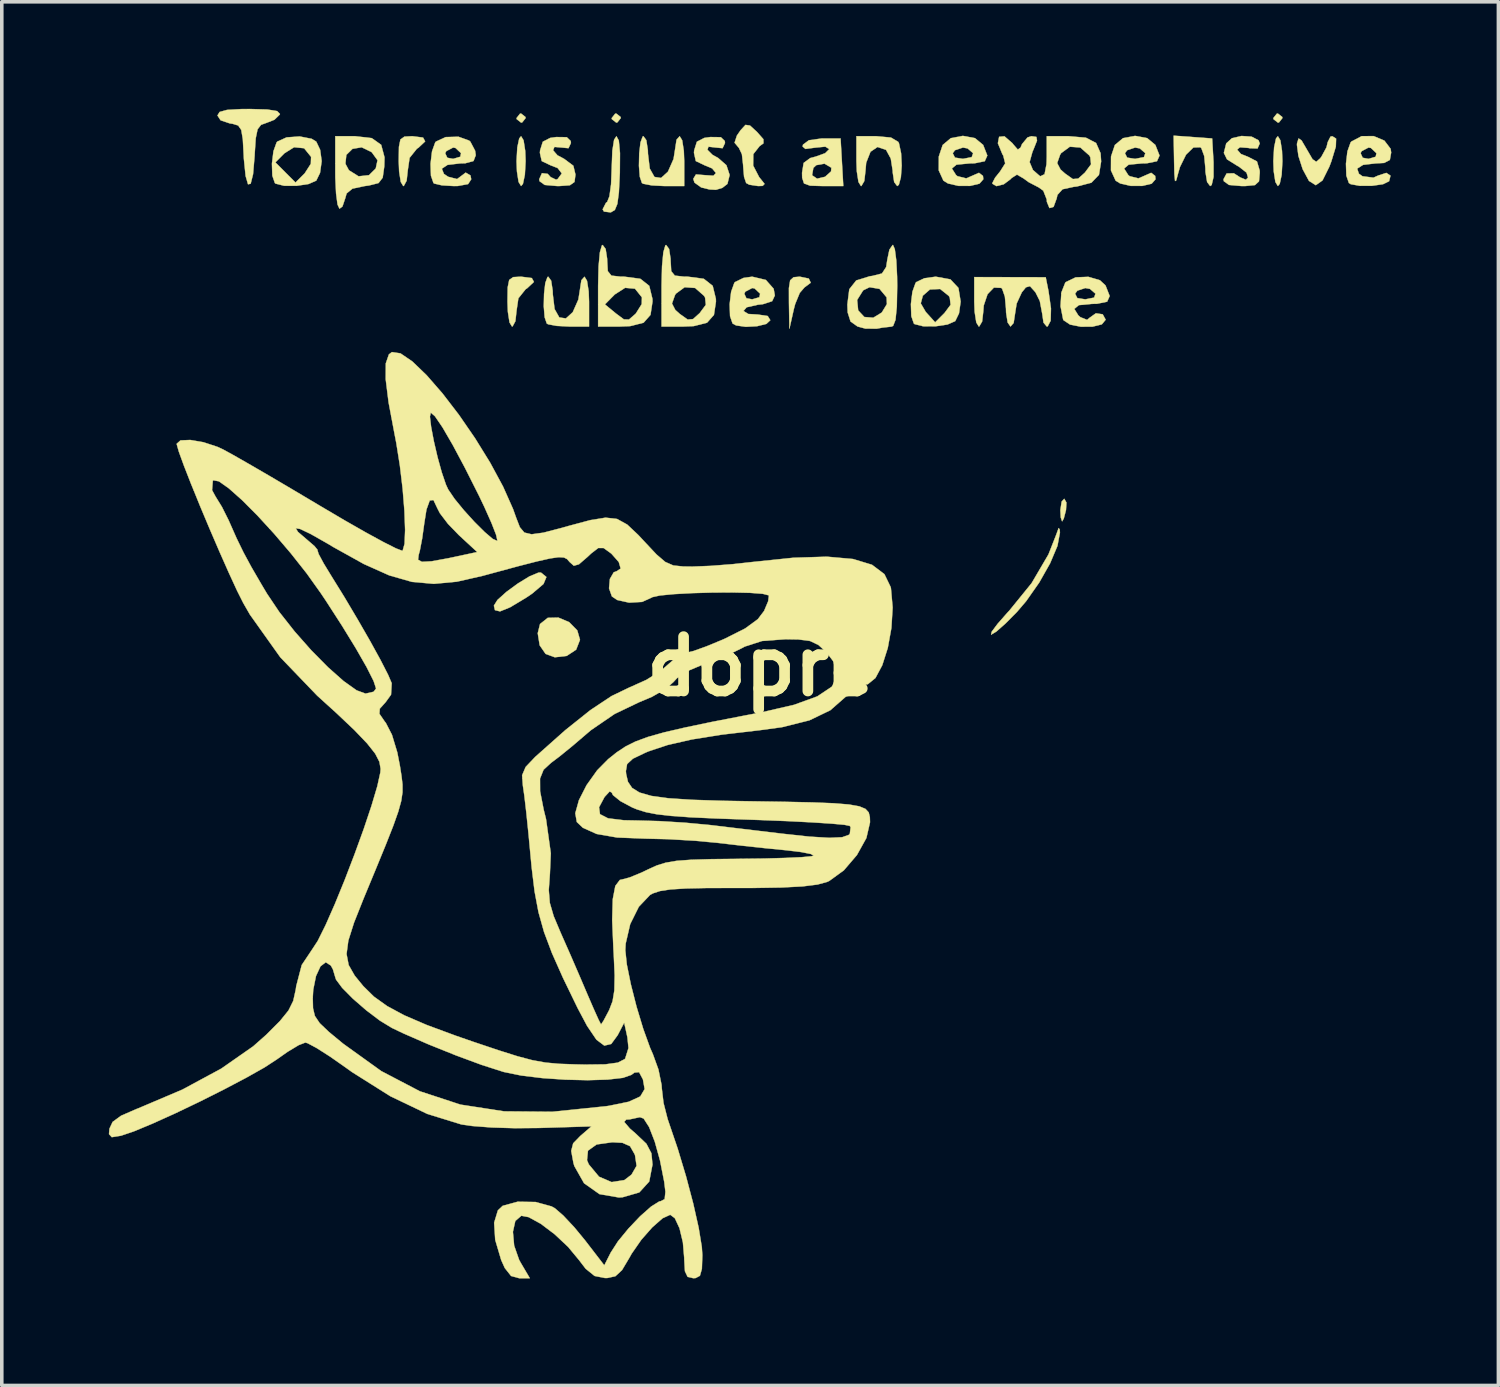
<source format=kicad_pcb>
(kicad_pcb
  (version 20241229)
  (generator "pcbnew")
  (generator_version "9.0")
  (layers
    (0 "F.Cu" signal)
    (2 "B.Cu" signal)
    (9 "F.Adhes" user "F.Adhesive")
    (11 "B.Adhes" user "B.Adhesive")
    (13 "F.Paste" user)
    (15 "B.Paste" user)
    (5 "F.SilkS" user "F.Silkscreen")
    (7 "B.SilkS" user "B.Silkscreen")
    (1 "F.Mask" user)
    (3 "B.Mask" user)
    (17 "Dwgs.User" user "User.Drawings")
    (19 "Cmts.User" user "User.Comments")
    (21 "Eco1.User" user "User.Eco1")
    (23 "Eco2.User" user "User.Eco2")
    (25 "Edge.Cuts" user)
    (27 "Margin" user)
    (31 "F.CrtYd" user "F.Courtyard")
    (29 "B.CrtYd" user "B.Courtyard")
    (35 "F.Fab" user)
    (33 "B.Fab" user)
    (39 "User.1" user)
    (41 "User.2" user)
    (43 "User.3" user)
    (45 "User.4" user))
  (footprint "dopre"
    (layer "F.Cu")
    (at 18.284 15.626)
    (property "Reference" "dopre" (at 0 0 0) (layer "F.SilkS") (effects (font (size 1.524 1.524) (thickness 0.3))))
    (attr through_hole)
    (fp_poly (pts (xy -6.608 -15.397) (xy -6.604 -15.367) (xy -6.701 -15.244) (xy -6.731 -15.24) (xy -6.854 -15.337) (xy -6.858 -15.367) (xy -6.761 -15.49) (xy -6.731 -15.494) (xy -6.608 -15.397)) (stroke (width 0.01) (type solid)) (fill yes) (layer "F.SilkS"))
    (fp_poly (pts (xy -3.941 -15.397) (xy -3.937 -15.367) (xy -4.034 -15.244) (xy -4.064 -15.24) (xy -4.187 -15.337) (xy -4.191 -15.367) (xy -4.094 -15.49) (xy -4.064 -15.494) (xy -3.941 -15.397)) (stroke (width 0.01) (type solid)) (fill yes) (layer "F.SilkS"))
    (fp_poly (pts (xy 8.552 -4.593) (xy 8.54 -4.381) (xy 8.478 -4.144) (xy 8.431 -4.064) (xy 8.394 -4.173) (xy 8.382 -4.381) (xy 8.419 -4.62) (xy 8.491 -4.699) (xy 8.552 -4.593)) (stroke (width 0.01) (type solid)) (fill yes) (layer "F.SilkS"))
    (fp_poly (pts (xy 14.601 -15.397) (xy 14.605 -15.367) (xy 14.508 -15.244) (xy 14.478 -15.24) (xy 14.355 -15.337) (xy 14.351 -15.367) (xy 14.448 -15.49) (xy 14.478 -15.494) (xy 14.601 -15.397)) (stroke (width 0.01) (type solid)) (fill yes) (layer "F.SilkS"))
    (fp_poly (pts (xy -6.661 -14.744) (xy -6.615 -14.448) (xy -6.604 -14.161) (xy -6.625 -13.778) (xy -6.679 -13.524) (xy -6.731 -13.462) (xy -6.801 -13.577) (xy -6.847 -13.873) (xy -6.858 -14.161) (xy -6.837 -14.543) (xy -6.783 -14.797) (xy -6.731 -14.859) (xy -6.661 -14.744)) (stroke (width 0.01) (type solid)) (fill yes) (layer "F.SilkS"))
    (fp_poly (pts (xy -5.384 -1.241) (xy -5.156 -1.009) (xy -5.08 -0.746) (xy -5.188 -0.469) (xy -5.453 -0.294) (xy -5.785 -0.256) (xy -6.044 -0.351) (xy -6.21 -0.592) (xy -6.264 -0.93) (xy -6.2 -1.188) (xy -5.984 -1.361) (xy -5.686 -1.368) (xy -5.384 -1.241)) (stroke (width 0.01) (type solid)) (fill yes) (layer "F.SilkS"))
    (fp_poly (pts (xy 14.548 -14.744) (xy 14.594 -14.448) (xy 14.605 -14.161) (xy 14.584 -13.778) (xy 14.53 -13.524) (xy 14.478 -13.462) (xy 14.408 -13.577) (xy 14.362 -13.873) (xy 14.351 -14.161) (xy 14.372 -14.543) (xy 14.426 -14.797) (xy 14.478 -14.859) (xy 14.548 -14.744)) (stroke (width 0.01) (type solid)) (fill yes) (layer "F.SilkS"))
    (fp_poly (pts (xy 1.332 -10.87) (xy 1.387 -10.753) (xy 1.219 -10.627) (xy 1.215 -10.626) (xy 1.079 -10.468) (xy 0.95 -10.154) (xy 0.912 -10.009) (xy 0.789 -9.461) (xy 0.776 -10.192) (xy 0.775 -10.603) (xy 0.81 -10.821) (xy 0.906 -10.907) (xy 1.079 -10.922) (xy 1.332 -10.87)) (stroke (width 0.01) (type solid)) (fill yes) (layer "F.SilkS"))
    (fp_poly (pts (xy -6.021 -2.506) (xy -6.102 -2.311) (xy -6.42 -2.041) (xy -6.587 -1.928) (xy -7.038 -1.657) (xy -7.321 -1.542) (xy -7.463 -1.577) (xy -7.493 -1.703) (xy -7.393 -1.863) (xy -7.143 -2.088) (xy -6.818 -2.326) (xy -6.494 -2.524) (xy -6.245 -2.628) (xy -6.174 -2.63) (xy -6.021 -2.506)) (stroke (width 0.01) (type solid)) (fill yes) (layer "F.SilkS"))
    (fp_poly (pts (xy -9.478 -14.821) (xy -9.419 -14.713) (xy -9.606 -14.537) (xy -9.652 -14.507) (xy -9.855 -14.253) (xy -9.906 -13.905) (xy -9.938 -13.612) (xy -10.017 -13.466) (xy -10.033 -13.462) (xy -10.103 -13.577) (xy -10.149 -13.873) (xy -10.16 -14.161) (xy -10.154 -14.56) (xy -10.112 -14.768) (xy -10 -14.847) (xy -9.785 -14.859) (xy -9.779 -14.859) (xy -9.478 -14.821)) (stroke (width 0.01) (type solid)) (fill yes) (layer "F.SilkS"))
    (fp_poly (pts (xy -6.43 -10.884) (xy -6.371 -10.776) (xy -6.558 -10.6) (xy -6.604 -10.57) (xy -6.807 -10.316) (xy -6.858 -9.968) (xy -6.89 -9.675) (xy -6.969 -9.529) (xy -6.985 -9.525) (xy -7.055 -9.64) (xy -7.101 -9.936) (xy -7.112 -10.223) (xy -7.106 -10.623) (xy -7.064 -10.831) (xy -6.952 -10.91) (xy -6.737 -10.922) (xy -6.731 -10.922) (xy -6.43 -10.884)) (stroke (width 0.01) (type solid)) (fill yes) (layer "F.SilkS"))
    (fp_poly (pts (xy 8.364 -3.838) (xy 8.37 -3.747) (xy 8.301 -3.378) (xy 8.095 -2.89) (xy 7.79 -2.351) (xy 7.423 -1.828) (xy 7.165 -1.526) (xy 6.848 -1.206) (xy 6.589 -0.977) (xy 6.442 -0.889) (xy 6.441 -0.889) (xy 6.458 -0.972) (xy 6.621 -1.191) (xy 6.895 -1.503) (xy 6.953 -1.565) (xy 7.576 -2.332) (xy 8.049 -3.139) (xy 8.263 -3.683) (xy 8.334 -3.878) (xy 8.364 -3.838)) (stroke (width 0.01) (type solid)) (fill yes) (layer "F.SilkS"))
    (fp_poly (pts (xy -3.992 -14.737) (xy -3.959 -14.385) (xy -3.963 -13.825) (xy -3.964 -13.813) (xy -3.99 -13.285) (xy -4.033 -12.961) (xy -4.103 -12.792) (xy -4.213 -12.726) (xy -4.223 -12.724) (xy -4.409 -12.747) (xy -4.445 -12.81) (xy -4.352 -12.992) (xy -4.318 -13.018) (xy -4.255 -13.175) (xy -4.209 -13.514) (xy -4.191 -13.962) (xy -4.191 -13.977) (xy -4.173 -14.453) (xy -4.124 -14.761) (xy -4.059 -14.859) (xy -3.992 -14.737)) (stroke (width 0.01) (type solid)) (fill yes) (layer "F.SilkS"))
    (fp_poly (pts (xy 12.097 -14.835) (xy 12.636 -14.796) (xy 12.675 -14.129) (xy 12.675 -13.718) (xy 12.623 -13.492) (xy 12.58 -13.462) (xy 12.495 -13.575) (xy 12.449 -13.855) (xy 12.446 -13.963) (xy 12.414 -14.303) (xy 12.333 -14.524) (xy 12.307 -14.549) (xy 12.11 -14.543) (xy 11.904 -14.341) (xy 11.733 -13.994) (xy 11.684 -13.825) (xy 11.628 -13.618) (xy 11.596 -13.602) (xy 11.578 -13.801) (xy 11.57 -14.136) (xy 11.557 -14.874) (xy 12.097 -14.835)) (stroke (width 0.01) (type solid)) (fill yes) (layer "F.SilkS"))
    (fp_poly (pts (xy 16.11 -14.791) (xy 16.102 -14.566) (xy 15.977 -14.155) (xy 15.921 -14.006) (xy 15.729 -13.62) (xy 15.54 -13.486) (xy 15.35 -13.606) (xy 15.173 -13.934) (xy 15.054 -14.304) (xy 15.012 -14.617) (xy 15.016 -14.665) (xy 15.059 -14.797) (xy 15.142 -14.74) (xy 15.291 -14.486) (xy 15.449 -14.214) (xy 15.553 -14.141) (xy 15.664 -14.239) (xy 15.7 -14.288) (xy 15.84 -14.546) (xy 15.875 -14.693) (xy 15.952 -14.846) (xy 16.002 -14.859) (xy 16.11 -14.791)) (stroke (width 0.01) (type solid)) (fill yes) (layer "F.SilkS"))
    (fp_poly (pts (xy -0.316 -15.158) (xy -0.12 -14.979) (xy 0.06 -14.775) (xy 0.062 -14.659) (xy -0.046 -14.582) (xy -0.223 -14.357) (xy -0.227 -14.036) (xy -0.059 -13.712) (xy -0.044 -13.694) (xy 0.093 -13.522) (xy 0.04 -13.467) (xy -0.086 -13.462) (xy -0.336 -13.5) (xy -0.423 -13.547) (xy -0.482 -13.721) (xy -0.508 -14.029) (xy -0.508 -14.047) (xy -0.543 -14.356) (xy -0.629 -14.537) (xy -0.635 -14.541) (xy -0.748 -14.676) (xy -0.683 -14.876) (xy -0.578 -15.028) (xy -0.442 -15.176) (xy -0.316 -15.158)) (stroke (width 0.01) (type solid)) (fill yes) (layer "F.SilkS"))
    (fp_poly (pts (xy -4.883 -10.807) (xy -4.837 -10.511) (xy -4.826 -10.223) (xy -4.826 -9.525) (xy -5.376 -9.525) (xy -5.733 -9.543) (xy -5.972 -9.588) (xy -6.011 -9.61) (xy -6.07 -9.784) (xy -6.095 -10.091) (xy -6.087 -10.442) (xy -6.052 -10.746) (xy -5.991 -10.912) (xy -5.969 -10.922) (xy -5.888 -10.81) (xy -5.845 -10.53) (xy -5.842 -10.43) (xy -5.792 -10.015) (xy -5.66 -9.78) (xy -5.475 -9.752) (xy -5.282 -9.928) (xy -5.125 -10.283) (xy -5.08 -10.569) (xy -5.041 -10.824) (xy -4.953 -10.922) (xy -4.883 -10.807)) (stroke (width 0.01) (type solid)) (fill yes) (layer "F.SilkS"))
    (fp_poly (pts (xy -2.216 -14.744) (xy -2.17 -14.448) (xy -2.159 -14.161) (xy -2.159 -13.462) (xy -2.709 -13.462) (xy -3.066 -13.48) (xy -3.305 -13.525) (xy -3.344 -13.547) (xy -3.403 -13.721) (xy -3.428 -14.028) (xy -3.42 -14.379) (xy -3.385 -14.683) (xy -3.324 -14.849) (xy -3.302 -14.859) (xy -3.221 -14.747) (xy -3.178 -14.467) (xy -3.175 -14.367) (xy -3.125 -13.952) (xy -2.993 -13.717) (xy -2.808 -13.689) (xy -2.615 -13.865) (xy -2.458 -14.22) (xy -2.413 -14.506) (xy -2.374 -14.761) (xy -2.286 -14.859) (xy -2.216 -14.744)) (stroke (width 0.01) (type solid)) (fill yes) (layer "F.SilkS"))
    (fp_poly (pts (xy 3.635 -14.821) (xy 3.839 -14.7) (xy 3.86 -14.658) (xy 3.919 -14.38) (xy 3.936 -14.034) (xy 3.913 -13.71) (xy 3.856 -13.498) (xy 3.81 -13.462) (xy 3.725 -13.573) (xy 3.684 -13.846) (xy 3.683 -13.891) (xy 3.63 -14.232) (xy 3.5 -14.471) (xy 3.493 -14.478) (xy 3.258 -14.557) (xy 3.061 -14.423) (xy 2.94 -14.115) (xy 2.921 -13.891) (xy 2.888 -13.603) (xy 2.807 -13.464) (xy 2.794 -13.462) (xy 2.724 -13.577) (xy 2.678 -13.873) (xy 2.667 -14.161) (xy 2.667 -14.859) (xy 3.225 -14.859) (xy 3.635 -14.821)) (stroke (width 0.01) (type solid)) (fill yes) (layer "F.SilkS"))
    (fp_poly (pts (xy -13.842 -15.607) (xy -13.568 -15.563) (xy -13.489 -15.482) (xy -13.493 -15.466) (xy -13.644 -15.32) (xy -13.852 -15.238) (xy -14.018 -15.178) (xy -14.115 -15.053) (xy -14.167 -14.803) (xy -14.196 -14.366) (xy -14.198 -14.314) (xy -14.242 -13.795) (xy -14.309 -13.527) (xy -14.383 -13.511) (xy -14.451 -13.745) (xy -14.5 -14.229) (xy -14.504 -14.319) (xy -14.529 -14.774) (xy -14.573 -15.035) (xy -14.659 -15.159) (xy -14.815 -15.207) (xy -14.891 -15.217) (xy -15.152 -15.305) (xy -15.24 -15.439) (xy -15.181 -15.538) (xy -14.973 -15.596) (xy -14.575 -15.619) (xy -14.34 -15.621) (xy -13.842 -15.607)) (stroke (width 0.01) (type solid)) (fill yes) (layer "F.SilkS"))
    (fp_poly (pts (xy -12.599 -14.786) (xy -12.471 -14.707) (xy -12.362 -14.477) (xy -12.319 -14.161) (xy -12.365 -13.832) (xy -12.471 -13.614) (xy -12.687 -13.519) (xy -13.027 -13.468) (xy -13.373 -13.47) (xy -13.61 -13.53) (xy -13.631 -13.547) (xy -13.702 -13.753) (xy -13.713 -14.088) (xy -13.709 -14.125) (xy -13.617 -14.125) (xy -13.053 -13.561) (xy -12.795 -13.818) (xy -12.623 -14.086) (xy -12.616 -14.28) (xy -12.812 -14.522) (xy -13.092 -14.55) (xy -13.36 -14.383) (xy -13.617 -14.125) (xy -13.709 -14.125) (xy -13.671 -14.437) (xy -13.583 -14.683) (xy -13.564 -14.707) (xy -13.302 -14.826) (xy -12.936 -14.852) (xy -12.599 -14.786)) (stroke (width 0.01) (type solid)) (fill yes) (layer "F.SilkS"))
    (fp_poly (pts (xy -1.132 -14.831) (xy -1.022 -14.724) (xy -1.016 -14.668) (xy -1.084 -14.523) (xy -1.27 -14.541) (xy -1.48 -14.565) (xy -1.508 -14.478) (xy -1.366 -14.336) (xy -1.206 -14.247) (xy -0.976 -14.045) (xy -0.886 -13.772) (xy -0.948 -13.523) (xy -1.09 -13.412) (xy -1.27 -13.357) (xy -1.449 -13.366) (xy -1.683 -13.423) (xy -1.872 -13.559) (xy -1.905 -13.664) (xy -1.83 -13.788) (xy -1.587 -13.768) (xy -1.34 -13.752) (xy -1.27 -13.827) (xy -1.378 -13.957) (xy -1.594 -14.047) (xy -1.834 -14.162) (xy -1.886 -14.394) (xy -1.88 -14.462) (xy -1.804 -14.704) (xy -1.597 -14.811) (xy -1.429 -14.835) (xy -1.132 -14.831)) (stroke (width 0.01) (type solid)) (fill yes) (layer "F.SilkS"))
    (fp_poly (pts (xy 5.301 -10.847) (xy 5.526 -10.607) (xy 5.588 -10.223) (xy 5.542 -9.895) (xy 5.436 -9.677) (xy 5.22 -9.582) (xy 4.88 -9.531) (xy 4.534 -9.533) (xy 4.297 -9.593) (xy 4.276 -9.61) (xy 4.205 -9.816) (xy 4.194 -10.151) (xy 4.196 -10.174) (xy 4.47 -10.174) (xy 4.609 -9.935) (xy 4.633 -9.909) (xy 4.873 -9.643) (xy 5.134 -9.903) (xy 5.306 -10.134) (xy 5.283 -10.336) (xy 5.255 -10.384) (xy 5.013 -10.577) (xy 4.728 -10.564) (xy 4.528 -10.39) (xy 4.47 -10.174) (xy 4.196 -10.174) (xy 4.236 -10.5) (xy 4.324 -10.746) (xy 4.343 -10.77) (xy 4.573 -10.879) (xy 4.889 -10.922) (xy 5.301 -10.847)) (stroke (width 0.01) (type solid)) (fill yes) (layer "F.SilkS"))
    (fp_poly (pts (xy -5.45 -14.831) (xy -5.34 -14.724) (xy -5.334 -14.668) (xy -5.402 -14.523) (xy -5.588 -14.541) (xy -5.797 -14.559) (xy -5.834 -14.465) (xy -5.712 -14.324) (xy -5.524 -14.224) (xy -5.266 -14.031) (xy -5.207 -13.783) (xy -5.234 -13.576) (xy -5.364 -13.484) (xy -5.667 -13.462) (xy -5.715 -13.462) (xy -6.068 -13.493) (xy -6.214 -13.598) (xy -6.223 -13.652) (xy -6.146 -13.823) (xy -5.985 -13.804) (xy -5.904 -13.714) (xy -5.752 -13.641) (xy -5.706 -13.658) (xy -5.59 -13.815) (xy -5.705 -13.966) (xy -5.912 -14.047) (xy -6.152 -14.162) (xy -6.204 -14.394) (xy -6.198 -14.462) (xy -6.122 -14.704) (xy -5.915 -14.811) (xy -5.747 -14.835) (xy -5.45 -14.831)) (stroke (width 0.01) (type solid)) (fill yes) (layer "F.SilkS"))
    (fp_poly (pts (xy -10.916 -14.805) (xy -10.652 -14.618) (xy -10.558 -14.267) (xy -10.565 -14.011) (xy -10.609 -13.697) (xy -10.726 -13.546) (xy -10.994 -13.478) (xy -11.113 -13.462) (xy -11.458 -13.389) (xy -11.62 -13.255) (xy -11.661 -13.113) (xy -11.737 -12.889) (xy -11.82 -12.827) (xy -11.875 -12.944) (xy -11.916 -13.255) (xy -11.937 -13.699) (xy -11.938 -13.843) (xy -11.938 -14.088) (xy -11.654 -14.088) (xy -11.556 -13.905) (xy -11.285 -13.735) (xy -10.994 -13.767) (xy -10.804 -13.954) (xy -10.754 -14.186) (xy -10.915 -14.408) (xy -10.921 -14.414) (xy -11.198 -14.548) (xy -11.455 -14.505) (xy -11.628 -14.335) (xy -11.654 -14.088) (xy -11.938 -14.088) (xy -11.938 -14.859) (xy -11.382 -14.859) (xy -10.916 -14.805)) (stroke (width 0.01) (type solid)) (fill yes) (layer "F.SilkS"))
    (fp_poly (pts (xy 13.742 -14.846) (xy 13.936 -14.745) (xy 13.97 -14.655) (xy 13.908 -14.515) (xy 13.685 -14.522) (xy 13.652 -14.53) (xy 13.414 -14.548) (xy 13.335 -14.483) (xy 13.443 -14.361) (xy 13.652 -14.276) (xy 13.892 -14.152) (xy 13.969 -13.893) (xy 13.97 -13.829) (xy 13.949 -13.594) (xy 13.836 -13.489) (xy 13.56 -13.462) (xy 13.462 -13.462) (xy 13.109 -13.493) (xy 12.963 -13.598) (xy 12.954 -13.652) (xy 13.042 -13.815) (xy 13.243 -13.82) (xy 13.422 -13.705) (xy 13.58 -13.639) (xy 13.642 -13.7) (xy 13.599 -13.839) (xy 13.384 -14.007) (xy 13.339 -14.031) (xy 13.053 -14.21) (xy 12.964 -14.391) (xy 13.031 -14.658) (xy 13.191 -14.803) (xy 13.461 -14.865) (xy 13.742 -14.846)) (stroke (width 0.01) (type solid)) (fill yes) (layer "F.SilkS"))
    (fp_poly (pts (xy 2.261 -14.129) (xy 2.299 -13.462) (xy 1.721 -13.462) (xy 1.367 -13.473) (xy 1.198 -13.535) (xy 1.146 -13.693) (xy 1.145 -13.765) (xy 1.424 -13.765) (xy 1.564 -13.669) (xy 1.789 -13.722) (xy 1.956 -13.872) (xy 1.965 -13.976) (xy 1.773 -14.089) (xy 1.542 -14.048) (xy 1.46 -13.97) (xy 1.424 -13.765) (xy 1.145 -13.765) (xy 1.143 -13.833) (xy 1.188 -14.11) (xy 1.374 -14.247) (xy 1.524 -14.287) (xy 1.791 -14.383) (xy 1.905 -14.496) (xy 1.905 -14.498) (xy 1.796 -14.566) (xy 1.51 -14.538) (xy 1.509 -14.538) (xy 1.238 -14.502) (xy 1.159 -14.569) (xy 1.17 -14.623) (xy 1.336 -14.746) (xy 1.691 -14.795) (xy 1.725 -14.796) (xy 2.223 -14.796) (xy 2.261 -14.129)) (stroke (width 0.01) (type solid)) (fill yes) (layer "F.SilkS"))
    (fp_poly (pts (xy 7.972 -10.906) (xy 8.05 -10.517) (xy 8.119 -10.032) (xy 8.11 -9.687) (xy 8.027 -9.53) (xy 8.001 -9.525) (xy 7.91 -9.635) (xy 7.874 -9.882) (xy 7.806 -10.242) (xy 7.684 -10.485) (xy 7.531 -10.656) (xy 7.417 -10.624) (xy 7.303 -10.485) (xy 7.157 -10.169) (xy 7.112 -9.882) (xy 7.073 -9.625) (xy 6.985 -9.525) (xy 6.905 -9.638) (xy 6.861 -9.918) (xy 6.858 -10.026) (xy 6.827 -10.365) (xy 6.751 -10.583) (xy 6.725 -10.608) (xy 6.52 -10.617) (xy 6.342 -10.432) (xy 6.235 -10.115) (xy 6.223 -9.954) (xy 6.19 -9.666) (xy 6.109 -9.527) (xy 6.096 -9.525) (xy 6.026 -9.64) (xy 5.98 -9.936) (xy 5.969 -10.218) (xy 5.969 -10.911) (xy 7.972 -10.906)) (stroke (width 0.01) (type solid)) (fill yes) (layer "F.SilkS"))
    (fp_poly (pts (xy -4.361 -11.699) (xy -4.319 -11.425) (xy -4.318 -11.367) (xy -4.301 -11.077) (xy -4.2 -10.952) (xy -3.941 -10.923) (xy -3.835 -10.922) (xy -3.389 -10.863) (xy -3.139 -10.666) (xy -3.05 -10.301) (xy -3.048 -10.223) (xy -3.104 -9.851) (xy -3.298 -9.632) (xy -3.672 -9.537) (xy -3.962 -9.525) (xy -4.572 -9.525) (xy -4.572 -10.145) (xy -4.381 -10.145) (xy -4.074 -9.892) (xy -3.851 -9.726) (xy -3.708 -9.721) (xy -3.528 -9.877) (xy -3.516 -9.889) (xy -3.35 -10.153) (xy -3.345 -10.343) (xy -3.539 -10.586) (xy -3.816 -10.61) (xy -4.106 -10.424) (xy -4.381 -10.145) (xy -4.572 -10.145) (xy -4.572 -10.668) (xy -4.559 -11.216) (xy -4.522 -11.606) (xy -4.466 -11.798) (xy -4.445 -11.811) (xy -4.361 -11.699)) (stroke (width 0.01) (type solid)) (fill yes) (layer "F.SilkS"))
    (fp_poly (pts (xy 0.129 -10.831) (xy 0.347 -10.584) (xy 0.381 -10.396) (xy 0.305 -10.235) (xy 0.045 -10.151) (xy -0.095 -10.136) (xy -0.409 -10.065) (xy -0.499 -9.961) (xy -0.365 -9.877) (xy -0.095 -9.861) (xy 0.181 -9.82) (xy 0.254 -9.702) (xy 0.144 -9.599) (xy -0.118 -9.534) (xy -0.434 -9.517) (xy -0.705 -9.556) (xy -0.804 -9.61) (xy -0.875 -9.816) (xy -0.886 -10.151) (xy -0.851 -10.446) (xy -0.476 -10.446) (xy -0.417 -10.318) (xy -0.254 -10.287) (xy -0.053 -10.346) (xy -0.032 -10.446) (xy -0.188 -10.593) (xy -0.254 -10.604) (xy -0.445 -10.504) (xy -0.476 -10.446) (xy -0.851 -10.446) (xy -0.844 -10.5) (xy -0.756 -10.746) (xy -0.737 -10.77) (xy -0.499 -10.887) (xy -0.254 -10.922) (xy 0.129 -10.831)) (stroke (width 0.01) (type solid)) (fill yes) (layer "F.SilkS"))
    (fp_poly (pts (xy -2.583 -11.699) (xy -2.541 -11.425) (xy -2.54 -11.367) (xy -2.523 -11.077) (xy -2.422 -10.952) (xy -2.163 -10.923) (xy -2.057 -10.922) (xy -1.611 -10.863) (xy -1.361 -10.666) (xy -1.272 -10.301) (xy -1.27 -10.223) (xy -1.326 -9.851) (xy -1.52 -9.632) (xy -1.894 -9.537) (xy -2.184 -9.525) (xy -2.794 -9.525) (xy -2.794 -10.169) (xy -2.502 -10.169) (xy -2.409 -9.99) (xy -2.281 -9.876) (xy -2.062 -9.721) (xy -1.912 -9.734) (xy -1.726 -9.901) (xy -1.553 -10.134) (xy -1.574 -10.335) (xy -1.602 -10.384) (xy -1.854 -10.606) (xy -2.147 -10.627) (xy -2.393 -10.446) (xy -2.421 -10.398) (xy -2.502 -10.169) (xy -2.794 -10.169) (xy -2.794 -10.668) (xy -2.781 -11.216) (xy -2.744 -11.606) (xy -2.688 -11.798) (xy -2.667 -11.811) (xy -2.583 -11.699)) (stroke (width 0.01) (type solid)) (fill yes) (layer "F.SilkS"))
    (fp_poly (pts (xy 5.989 -14.805) (xy 6.218 -14.615) (xy 6.219 -14.613) (xy 6.335 -14.317) (xy 6.264 -14.158) (xy 5.98 -14.1) (xy 5.842 -14.097) (xy 5.47 -14.061) (xy 5.342 -13.954) (xy 5.456 -13.774) (xy 5.497 -13.739) (xy 5.743 -13.677) (xy 5.846 -13.721) (xy 6.101 -13.833) (xy 6.213 -13.747) (xy 6.223 -13.652) (xy 6.115 -13.529) (xy 5.852 -13.466) (xy 5.528 -13.467) (xy 5.234 -13.534) (xy 5.105 -13.614) (xy 4.974 -13.901) (xy 4.976 -14.289) (xy 5.007 -14.383) (xy 5.366 -14.383) (xy 5.428 -14.259) (xy 5.652 -14.224) (xy 5.899 -14.273) (xy 5.937 -14.383) (xy 5.782 -14.517) (xy 5.652 -14.541) (xy 5.429 -14.467) (xy 5.366 -14.383) (xy 5.007 -14.383) (xy 5.084 -14.613) (xy 5.312 -14.804) (xy 5.65 -14.868) (xy 5.989 -14.805)) (stroke (width 0.01) (type solid)) (fill yes) (layer "F.SilkS"))
    (fp_poly (pts (xy 10.815 -14.805) (xy 11.044 -14.615) (xy 11.045 -14.613) (xy 11.161 -14.317) (xy 11.09 -14.158) (xy 10.806 -14.1) (xy 10.668 -14.097) (xy 10.296 -14.061) (xy 10.168 -13.954) (xy 10.282 -13.774) (xy 10.323 -13.739) (xy 10.569 -13.677) (xy 10.672 -13.721) (xy 10.927 -13.833) (xy 11.039 -13.747) (xy 11.049 -13.652) (xy 10.941 -13.529) (xy 10.678 -13.466) (xy 10.354 -13.467) (xy 10.06 -13.534) (xy 9.931 -13.614) (xy 9.8 -13.901) (xy 9.802 -14.289) (xy 9.833 -14.383) (xy 10.192 -14.383) (xy 10.254 -14.259) (xy 10.477 -14.224) (xy 10.725 -14.273) (xy 10.763 -14.383) (xy 10.608 -14.517) (xy 10.477 -14.541) (xy 10.255 -14.467) (xy 10.192 -14.383) (xy 9.833 -14.383) (xy 9.91 -14.613) (xy 10.138 -14.804) (xy 10.476 -14.868) (xy 10.815 -14.805)) (stroke (width 0.01) (type solid)) (fill yes) (layer "F.SilkS"))
    (fp_poly (pts (xy 3.743 -11.693) (xy 3.784 -11.379) (xy 3.807 -10.923) (xy 3.81 -10.668) (xy 3.799 -10.078) (xy 3.762 -9.712) (xy 3.696 -9.543) (xy 3.651 -9.523) (xy 3.398 -9.495) (xy 3.239 -9.465) (xy 2.918 -9.467) (xy 2.699 -9.526) (xy 2.503 -9.665) (xy 2.422 -9.919) (xy 2.413 -10.14) (xy 2.429 -10.27) (xy 2.687 -10.27) (xy 2.716 -9.978) (xy 2.889 -9.792) (xy 3.139 -9.772) (xy 3.378 -9.918) (xy 3.521 -10.154) (xy 3.513 -10.343) (xy 3.315 -10.58) (xy 3.036 -10.627) (xy 2.856 -10.54) (xy 2.687 -10.27) (xy 2.429 -10.27) (xy 2.467 -10.57) (xy 2.662 -10.817) (xy 3.042 -10.934) (xy 3.111 -10.943) (xy 3.383 -11.012) (xy 3.501 -11.194) (xy 3.532 -11.398) (xy 3.591 -11.679) (xy 3.682 -11.81) (xy 3.691 -11.811) (xy 3.743 -11.693)) (stroke (width 0.01) (type solid)) (fill yes) (layer "F.SilkS"))
    (fp_poly (pts (xy 9.491 -10.822) (xy 9.648 -10.676) (xy 9.764 -10.38) (xy 9.693 -10.221) (xy 9.409 -10.163) (xy 9.271 -10.16) (xy 8.901 -10.125) (xy 8.773 -10.019) (xy 8.884 -9.84) (xy 8.942 -9.788) (xy 9.131 -9.712) (xy 9.204 -9.773) (xy 9.378 -9.896) (xy 9.569 -9.868) (xy 9.652 -9.716) (xy 9.544 -9.586) (xy 9.282 -9.521) (xy 8.955 -9.52) (xy 8.654 -9.58) (xy 8.471 -9.702) (xy 8.459 -9.726) (xy 8.387 -10.094) (xy 8.408 -10.446) (xy 8.795 -10.446) (xy 8.857 -10.322) (xy 9.081 -10.287) (xy 9.328 -10.336) (xy 9.366 -10.446) (xy 9.211 -10.58) (xy 9.081 -10.604) (xy 8.858 -10.53) (xy 8.795 -10.446) (xy 8.408 -10.446) (xy 8.41 -10.478) (xy 8.519 -10.753) (xy 8.534 -10.77) (xy 8.81 -10.903) (xy 9.167 -10.918) (xy 9.491 -10.822)) (stroke (width 0.01) (type solid)) (fill yes) (layer "F.SilkS"))
    (fp_poly (pts (xy 17.463 -14.735) (xy 17.638 -14.505) (xy 17.653 -14.401) (xy 17.616 -14.194) (xy 17.457 -14.11) (xy 17.216 -14.097) (xy 16.865 -14.056) (xy 16.7 -13.95) (xy 16.749 -13.807) (xy 16.848 -13.737) (xy 17.156 -13.697) (xy 17.29 -13.757) (xy 17.518 -13.831) (xy 17.634 -13.754) (xy 17.595 -13.597) (xy 17.425 -13.514) (xy 17.115 -13.469) (xy 16.776 -13.468) (xy 16.521 -13.514) (xy 16.468 -13.547) (xy 16.397 -13.753) (xy 16.386 -14.088) (xy 16.421 -14.383) (xy 16.796 -14.383) (xy 16.855 -14.255) (xy 17.018 -14.224) (xy 17.219 -14.283) (xy 17.24 -14.383) (xy 17.084 -14.53) (xy 17.018 -14.541) (xy 16.827 -14.441) (xy 16.796 -14.383) (xy 16.421 -14.383) (xy 16.428 -14.437) (xy 16.516 -14.683) (xy 16.535 -14.707) (xy 16.825 -14.86) (xy 17.164 -14.861) (xy 17.463 -14.735)) (stroke (width 0.01) (type solid)) (fill yes) (layer "F.SilkS"))
    (fp_poly (pts (xy -8.187 -14.736) (xy -8.153 -14.707) (xy -8.019 -14.452) (xy -8.001 -14.326) (xy -8.064 -14.164) (xy -8.293 -14.101) (xy -8.438 -14.097) (xy -8.793 -14.055) (xy -8.952 -13.948) (xy -8.893 -13.802) (xy -8.774 -13.722) (xy -8.526 -13.658) (xy -8.446 -13.716) (xy -8.283 -13.839) (xy -8.15 -13.761) (xy -8.128 -13.652) (xy -8.216 -13.517) (xy -8.503 -13.464) (xy -8.615 -13.462) (xy -8.95 -13.482) (xy -9.165 -13.532) (xy -9.186 -13.547) (xy -9.257 -13.753) (xy -9.268 -14.088) (xy -9.233 -14.383) (xy -8.858 -14.383) (xy -8.799 -14.255) (xy -8.636 -14.224) (xy -8.435 -14.283) (xy -8.414 -14.383) (xy -8.57 -14.53) (xy -8.636 -14.541) (xy -8.827 -14.441) (xy -8.858 -14.383) (xy -9.233 -14.383) (xy -9.226 -14.437) (xy -9.138 -14.683) (xy -9.119 -14.707) (xy -8.844 -14.834) (xy -8.486 -14.844) (xy -8.187 -14.736)) (stroke (width 0.01) (type solid)) (fill yes) (layer "F.SilkS"))
    (fp_poly (pts (xy 9.098 -14.817) (xy 9.383 -14.669) (xy 9.509 -14.383) (xy 9.525 -14.151) (xy 9.464 -13.776) (xy 9.252 -13.556) (xy 8.846 -13.45) (xy 8.762 -13.441) (xy 8.443 -13.372) (xy 8.301 -13.215) (xy 8.278 -13.113) (xy 8.192 -12.878) (xy 8.076 -12.845) (xy 8.004 -13.02) (xy 8.001 -13.085) (xy 7.904 -13.332) (xy 7.779 -13.422) (xy 7.492 -13.572) (xy 7.352 -13.675) (xy 7.166 -13.783) (xy 7.013 -13.685) (xy 6.988 -13.656) (xy 6.795 -13.511) (xy 6.591 -13.46) (xy 6.479 -13.526) (xy 6.477 -13.547) (xy 6.553 -13.696) (xy 6.694 -13.872) (xy 6.836 -14.097) (xy 6.782 -14.315) (xy 6.757 -14.356) (xy 6.631 -14.662) (xy 6.666 -14.842) (xy 6.816 -14.856) (xy 7.038 -14.663) (xy 7.057 -14.637) (xy 7.19 -14.484) (xy 7.267 -14.54) (xy 7.307 -14.637) (xy 7.462 -14.824) (xy 7.57 -14.859) (xy 7.711 -14.839) (xy 7.728 -14.736) (xy 7.627 -14.482) (xy 7.601 -14.424) (xy 7.52 -14.134) (xy 7.612 -13.916) (xy 7.617 -13.91) (xy 7.815 -13.736) (xy 7.939 -13.792) (xy 7.996 -14.085) (xy 7.996 -14.106) (xy 8.293 -14.106) (xy 8.386 -13.927) (xy 8.514 -13.813) (xy 8.733 -13.658) (xy 8.883 -13.671) (xy 9.069 -13.838) (xy 9.242 -14.071) (xy 9.221 -14.272) (xy 9.193 -14.321) (xy 8.941 -14.543) (xy 8.648 -14.564) (xy 8.402 -14.383) (xy 8.374 -14.335) (xy 8.293 -14.106) (xy 7.996 -14.106) (xy 8.001 -14.287) (xy 8.001 -14.859) (xy 8.611 -14.859) (xy 9.098 -14.817)) (stroke (width 0.01) (type solid)) (fill yes) (layer "F.SilkS"))
    (fp_poly (pts (xy -10.111 -8.773) (xy -9.778 -8.546) (xy -9.378 -8.161) (xy -8.934 -7.651) (xy -8.473 -7.051) (xy -8.02 -6.393) (xy -7.599 -5.712) (xy -7.236 -5.04) (xy -6.956 -4.411) (xy -6.866 -4.159) (xy -6.766 -3.901) (xy -6.64 -3.751) (xy -6.437 -3.703) (xy -6.106 -3.748) (xy -5.599 -3.88) (xy -5.398 -3.937) (xy -4.793 -4.099) (xy -4.363 -4.169) (xy -4.04 -4.132) (xy -3.756 -3.975) (xy -3.445 -3.682) (xy -3.269 -3.493) (xy -2.934 -3.136) (xy -2.691 -2.928) (xy -2.464 -2.829) (xy -2.175 -2.799) (xy -1.918 -2.798) (xy -1.411 -2.818) (xy -0.795 -2.866) (xy -0.269 -2.924) (xy 0.898 -3.045) (xy 1.84 -3.075) (xy 2.571 -3.01) (xy 3.104 -2.848) (xy 3.451 -2.586) (xy 3.627 -2.223) (xy 3.635 -2.185) (xy 3.682 -1.651) (xy 3.647 -1.077) (xy 3.546 -0.519) (xy 3.391 -0.033) (xy 3.2 0.325) (xy 2.985 0.5) (xy 2.927 0.508) (xy 2.667 0.599) (xy 2.395 0.821) (xy 2.38 0.838) (xy 1.936 1.228) (xy 1.349 1.511) (xy 0.582 1.703) (xy -0.044 1.788) (xy -1.102 1.912) (xy -1.947 2.047) (xy -2.62 2.201) (xy -3.164 2.382) (xy -3.251 2.419) (xy -3.598 2.586) (xy -3.76 2.737) (xy -3.794 2.933) (xy -3.787 3.014) (xy -3.736 3.234) (xy -3.62 3.405) (xy -3.411 3.535) (xy -3.081 3.629) (xy -2.6 3.695) (xy -1.942 3.738) (xy -1.076 3.766) (xy -0.381 3.778) (xy 0.64 3.794) (xy 1.435 3.811) (xy 2.032 3.835) (xy 2.46 3.87) (xy 2.747 3.921) (xy 2.921 3.993) (xy 3.011 4.091) (xy 3.043 4.22) (xy 3.048 4.368) (xy 2.946 4.809) (xy 2.681 5.286) (xy 2.314 5.715) (xy 1.905 6.012) (xy 1.846 6.039) (xy 1.575 6.113) (xy 1.158 6.165) (xy 0.563 6.196) (xy -0.24 6.209) (xy -0.692 6.209) (xy -1.511 6.21) (xy -2.115 6.223) (xy -2.544 6.25) (xy -2.838 6.295) (xy -3.036 6.36) (xy -3.117 6.405) (xy -3.431 6.735) (xy -3.673 7.222) (xy -3.8 7.769) (xy -3.81 7.952) (xy -3.768 8.352) (xy -3.655 8.908) (xy -3.495 9.537) (xy -3.307 10.159) (xy -3.115 10.69) (xy -3.037 10.867) (xy -2.881 11.298) (xy -2.794 11.727) (xy -2.788 11.819) (xy -2.739 12.233) (xy -2.623 12.688) (xy -2.597 12.764) (xy -2.343 13.51) (xy -2.107 14.294) (xy -1.906 15.055) (xy -1.754 15.733) (xy -1.666 16.27) (xy -1.651 16.497) (xy -1.664 16.883) (xy -1.719 17.077) (xy -1.839 17.141) (xy -1.905 17.145) (xy -2.064 17.107) (xy -2.139 16.95) (xy -2.159 16.61) (xy -2.159 16.579) (xy -2.196 16.142) (xy -2.291 15.745) (xy -2.422 15.463) (xy -2.551 15.367) (xy -2.765 15.465) (xy -3.055 15.72) (xy -3.363 16.07) (xy -3.631 16.456) (xy -3.693 16.567) (xy -3.902 16.918) (xy -4.088 17.09) (xy -4.319 17.14) (xy -4.381 17.14) (xy -4.671 17.082) (xy -4.922 16.879) (xy -5.108 16.636) (xy -5.413 16.268) (xy -5.79 15.914) (xy -6.179 15.62) (xy -6.518 15.434) (xy -6.724 15.395) (xy -6.893 15.541) (xy -6.96 15.845) (xy -6.925 16.233) (xy -6.786 16.63) (xy -6.744 16.707) (xy -6.486 17.145) (xy -6.785 17.145) (xy -7.011 17.083) (xy -7.188 16.859) (xy -7.289 16.634) (xy -7.456 16.071) (xy -7.486 15.59) (xy -7.381 15.244) (xy -7.247 15.117) (xy -6.827 15.002) (xy -6.325 15.01) (xy -5.877 15.133) (xy -5.782 15.186) (xy -5.548 15.389) (xy -5.236 15.722) (xy -4.938 16.084) (xy -4.399 16.784) (xy -4.217 16.425) (xy -4.015 16.111) (xy -3.722 15.754) (xy -3.395 15.41) (xy -3.088 15.138) (xy -2.86 14.995) (xy -2.815 14.986) (xy -2.707 14.929) (xy -2.686 14.723) (xy -2.719 14.446) (xy -2.838 13.843) (xy -2.985 13.315) (xy -3.143 12.909) (xy -3.296 12.671) (xy -3.4 12.632) (xy -3.688 12.694) (xy -3.786 12.7) (xy -3.841 12.764) (xy -3.682 12.951) (xy -3.521 13.09) (xy -3.218 13.378) (xy -3.079 13.644) (xy -3.048 13.96) (xy -3.14 14.436) (xy -3.418 14.741) (xy -3.885 14.876) (xy -3.988 14.883) (xy -4.534 14.789) (xy -4.966 14.484) (xy -5.239 14.001) (xy -5.265 13.91) (xy -5.278 13.838) (xy -4.883 13.838) (xy -4.833 13.956) (xy -4.546 14.301) (xy -4.193 14.452) (xy -3.837 14.396) (xy -3.636 14.242) (xy -3.494 13.996) (xy -3.537 13.703) (xy -3.549 13.67) (xy -3.677 13.446) (xy -3.889 13.351) (xy -4.172 13.335) (xy -4.614 13.397) (xy -4.857 13.571) (xy -4.883 13.838) (xy -5.278 13.838) (xy -5.326 13.577) (xy -5.271 13.365) (xy -5.073 13.161) (xy -4.759 12.89) (xy -6.234 12.935) (xy -6.904 12.941) (xy -7.558 12.921) (xy -8.109 12.879) (xy -8.404 12.836) (xy -9.359 12.541) (xy -10.395 12.045) (xy -11.468 11.369) (xy -11.649 11.239) (xy -12.086 10.933) (xy -12.459 10.695) (xy -12.712 10.56) (xy -12.777 10.541) (xy -12.963 10.613) (xy -13.275 10.801) (xy -13.582 11.017) (xy -13.923 11.239) (xy -14.434 11.527) (xy -15.059 11.856) (xy -15.742 12.199) (xy -16.428 12.527) (xy -17.061 12.813) (xy -17.585 13.031) (xy -17.944 13.152) (xy -17.95 13.153) (xy -18.201 13.193) (xy -18.279 13.107) (xy -18.267 12.956) (xy -18.178 12.765) (xy -17.941 12.592) (xy -17.508 12.403) (xy -17.462 12.386) (xy -16.222 11.859) (xy -15.134 11.272) (xy -14.239 10.647) (xy -13.875 10.325) (xy -13.487 9.936) (xy -13.249 9.642) (xy -13.116 9.373) (xy -13.097 9.288) (xy -12.569 9.288) (xy -12.562 9.579) (xy -12.51 9.796) (xy -12.375 9.997) (xy -12.118 10.242) (xy -11.716 10.574) (xy -10.649 11.341) (xy -9.567 11.907) (xy -8.431 12.28) (xy -7.207 12.469) (xy -5.859 12.481) (xy -4.351 12.326) (xy -4.262 12.313) (xy -3.713 12.2) (xy -3.39 12.051) (xy -3.268 11.845) (xy -3.316 11.574) (xy -3.424 11.371) (xy -3.554 11.382) (xy -3.64 11.447) (xy -3.877 11.53) (xy -4.305 11.579) (xy -4.865 11.596) (xy -5.495 11.581) (xy -6.137 11.537) (xy -6.729 11.465) (xy -7.213 11.366) (xy -7.234 11.36) (xy -7.83 11.169) (xy -8.558 10.9) (xy -9.322 10.593) (xy -10.028 10.285) (xy -10.351 10.131) (xy -10.689 9.925) (xy -11.071 9.636) (xy -11.442 9.314) (xy -11.743 9.01) (xy -11.917 8.776) (xy -11.94 8.705) (xy -12.004 8.49) (xy -12.062 8.383) (xy -12.205 8.291) (xy -12.353 8.405) (xy -12.479 8.678) (xy -12.556 9.062) (xy -12.569 9.288) (xy -13.097 9.288) (xy -13.046 9.059) (xy -13.032 8.958) (xy -12.878 8.368) (xy -12.593 7.942) (xy -12.429 7.691) (xy -12.209 7.248) (xy -11.951 6.662) (xy -11.674 5.985) (xy -11.398 5.265) (xy -11.14 4.554) (xy -10.922 3.902) (xy -10.76 3.358) (xy -10.675 2.972) (xy -10.667 2.871) (xy -10.701 2.673) (xy -10.819 2.444) (xy -11.045 2.158) (xy -11.4 1.787) (xy -11.91 1.304) (xy -12.446 0.818) (xy -13.48 -0.258) (xy -14.331 -1.454) (xy -14.517 -1.778) (xy -14.691 -2.124) (xy -14.918 -2.617) (xy -15.18 -3.208) (xy -15.457 -3.851) (xy -15.73 -4.501) (xy -15.908 -4.94) (xy -15.391 -4.94) (xy -15.295 -4.763) (xy -15.115 -4.471) (xy -14.929 -4.1) (xy -14.913 -4.064) (xy -14.704 -3.592) (xy -14.51 -3.194) (xy -14.288 -2.783) (xy -13.992 -2.274) (xy -13.852 -2.039) (xy -13.507 -1.525) (xy -13.081 -0.984) (xy -12.613 -0.454) (xy -12.141 0.024) (xy -11.703 0.412) (xy -11.339 0.671) (xy -11.091 0.762) (xy -10.863 0.71) (xy -10.795 0.619) (xy -10.865 0.406) (xy -11.06 0.019) (xy -11.361 -0.507) (xy -11.748 -1.138) (xy -12.201 -1.84) (xy -12.35 -2.062) (xy -12.739 -2.607) (xy -13.184 -3.17) (xy -13.653 -3.72) (xy -13.792 -3.872) (xy -13.047 -3.872) (xy -12.983 -3.769) (xy -12.738 -3.559) (xy -12.52 -3.371) (xy -12.434 -3.265) (xy -12.438 -3.259) (xy -12.405 -3.151) (xy -12.264 -2.888) (xy -12.052 -2.54) (xy -11.68 -1.939) (xy -11.308 -1.312) (xy -10.961 -0.709) (xy -10.669 -0.178) (xy -10.458 0.234) (xy -10.357 0.47) (xy -10.375 0.792) (xy -10.527 1.002) (xy -10.691 1.185) (xy -10.701 1.328) (xy -10.554 1.542) (xy -10.521 1.584) (xy -10.35 1.915) (xy -10.2 2.41) (xy -10.127 2.784) (xy -10.082 3.071) (xy -10.054 3.307) (xy -10.054 3.528) (xy -10.09 3.771) (xy -10.173 4.071) (xy -10.312 4.464) (xy -10.518 4.987) (xy -10.8 5.675) (xy -11.146 6.51) (xy -11.414 7.184) (xy -11.572 7.683) (xy -11.622 8.059) (xy -11.563 8.369) (xy -11.395 8.664) (xy -11.154 8.959) (xy -10.856 9.253) (xy -10.485 9.519) (xy -10.004 9.778) (xy -9.374 10.049) (xy -8.555 10.352) (xy -8.064 10.522) (xy -7.358 10.759) (xy -6.829 10.926) (xy -6.413 11.036) (xy -6.047 11.102) (xy -5.668 11.137) (xy -5.212 11.153) (xy -4.937 11.159) (xy -4.375 11.152) (xy -4.02 11.104) (xy -3.83 11.007) (xy -3.814 10.991) (xy -3.721 10.695) (xy -3.751 10.395) (xy -3.841 9.984) (xy -4.024 10.334) (xy -4.205 10.581) (xy -4.398 10.627) (xy -4.619 10.461) (xy -4.883 10.071) (xy -5.144 9.579) (xy -5.557 8.727) (xy -5.865 8.035) (xy -6.088 7.442) (xy -6.244 6.885) (xy -6.353 6.304) (xy -6.434 5.637) (xy -6.463 5.334) (xy -6.524 4.685) (xy -6.585 4.091) (xy -6.64 3.62) (xy -6.681 3.337) (xy -6.695 3.143) (xy -6.2 3.143) (xy -6.198 3.499) (xy -6.097 4.017) (xy -6.032 4.277) (xy -5.898 5.235) (xy -5.923 5.81) (xy -5.955 6.266) (xy -5.926 6.626) (xy -5.818 6.997) (xy -5.622 7.463) (xy -5.359 8.058) (xy -5.073 8.719) (xy -4.878 9.176) (xy -4.699 9.59) (xy -4.562 9.895) (xy -4.492 10.031) (xy -4.49 10.033) (xy -4.422 9.932) (xy -4.29 9.684) (xy -4.261 9.628) (xy -4.167 9.383) (xy -4.117 9.08) (xy -4.108 8.659) (xy -4.135 8.058) (xy -4.143 7.929) (xy -4.178 7.109) (xy -4.161 6.522) (xy -4.09 6.152) (xy -3.963 5.984) (xy -3.895 5.969) (xy -3.691 5.915) (xy -3.359 5.779) (xy -3.167 5.687) (xy -2.927 5.578) (xy -2.679 5.501) (xy -2.375 5.449) (xy -1.964 5.418) (xy -1.399 5.401) (xy -0.629 5.393) (xy -0.605 5.392) (xy 0.082 5.384) (xy 0.677 5.367) (xy 1.135 5.346) (xy 1.41 5.32) (xy 1.469 5.305) (xy 1.392 5.257) (xy 1.12 5.203) (xy 0.709 5.153) (xy 0.677 5.15) (xy 0.091 5.092) (xy -0.593 5.018) (xy -1.195 4.948) (xy -1.853 4.886) (xy -2.599 4.842) (xy -3.25 4.826) (xy -4.04 4.795) (xy -4.614 4.695) (xy -5 4.521) (xy -5.169 4.36) (xy -5.212 4.114) (xy -5.165 3.947) (xy -4.546 3.947) (xy -4.52 4.141) (xy -4.294 4.257) (xy -3.849 4.311) (xy -3.479 4.318) (xy -2.855 4.335) (xy -2.13 4.38) (xy -1.454 4.443) (xy -1.411 4.448) (xy -0.761 4.526) (xy -0.069 4.609) (xy 0.524 4.68) (xy 0.572 4.686) (xy 1.351 4.77) (xy 1.908 4.804) (xy 2.267 4.787) (xy 2.454 4.721) (xy 2.482 4.691) (xy 2.504 4.507) (xy 2.479 4.469) (xy 2.332 4.439) (xy 1.969 4.406) (xy 1.429 4.371) (xy 0.75 4.336) (xy -0.029 4.305) (xy -0.322 4.295) (xy -1.257 4.262) (xy -1.977 4.229) (xy -2.52 4.19) (xy -2.926 4.144) (xy -3.233 4.084) (xy -3.48 4.008) (xy -3.614 3.953) (xy -3.947 3.775) (xy -4.156 3.606) (xy -4.191 3.535) (xy -4.249 3.504) (xy -4.39 3.657) (xy -4.393 3.661) (xy -4.546 3.947) (xy -5.165 3.947) (xy -5.11 3.749) (xy -4.895 3.327) (xy -4.599 2.912) (xy -4.292 2.601) (xy -4.051 2.408) (xy -3.807 2.246) (xy -3.527 2.106) (xy -3.178 1.977) (xy -2.725 1.849) (xy -2.136 1.712) (xy -1.378 1.554) (xy -0.415 1.367) (xy 0.021 1.284) (xy 0.921 1.076) (xy 1.572 0.839) (xy 1.977 0.569) (xy 2.14 0.264) (xy 2.065 -0.081) (xy 1.828 -0.395) (xy 1.602 -0.601) (xy 1.369 -0.712) (xy 1.039 -0.756) (xy 0.682 -0.762) (xy 0.024 -0.713) (xy -0.463 -0.556) (xy -0.532 -0.518) (xy -0.908 -0.333) (xy -1.383 -0.141) (xy -1.613 -0.061) (xy -2.038 0.118) (xy -2.362 0.33) (xy -2.459 0.436) (xy -2.681 0.634) (xy -3.064 0.852) (xy -3.429 1.006) (xy -4.111 1.333) (xy -4.77 1.784) (xy -4.888 1.884) (xy -5.282 2.221) (xy -5.649 2.52) (xy -5.894 2.705) (xy -6.101 2.896) (xy -6.2 3.143) (xy -6.695 3.143) (xy -6.702 3.05) (xy -6.603 2.818) (xy -6.341 2.542) (xy -6.332 2.533) (xy -5.493 1.787) (xy -4.789 1.225) (xy -4.196 0.831) (xy -3.694 0.589) (xy -3.671 0.58) (xy -3.218 0.376) (xy -2.814 0.122) (xy -2.648 -0.023) (xy -2.379 -0.256) (xy -2.145 -0.377) (xy -2.109 -0.381) (xy -1.901 -0.431) (xy -1.536 -0.562) (xy -1.087 -0.748) (xy -1.01 -0.782) (xy -0.451 -1.064) (xy -0.096 -1.324) (xy 0.08 -1.556) (xy 0.194 -1.827) (xy 0.214 -1.986) (xy 0.209 -1.992) (xy 0.041 -2.035) (xy -0.319 -2.062) (xy -0.809 -2.073) (xy -1.368 -2.07) (xy -1.934 -2.054) (xy -2.445 -2.026) (xy -2.84 -1.988) (xy -3.058 -1.94) (xy -3.075 -1.928) (xy -3.339 -1.808) (xy -3.703 -1.787) (xy -4.039 -1.862) (xy -4.186 -1.962) (xy -4.266 -2.188) (xy -4.242 -2.451) (xy -4.134 -2.638) (xy -4.055 -2.667) (xy -3.94 -2.742) (xy -3.993 -2.925) (xy -4.195 -3.154) (xy -4.223 -3.177) (xy -4.418 -3.318) (xy -4.567 -3.319) (xy -4.767 -3.165) (xy -4.867 -3.071) (xy -5.109 -2.862) (xy -5.253 -2.821) (xy -5.372 -2.927) (xy -5.375 -2.931) (xy -5.442 -3.008) (xy -5.531 -3.053) (xy -5.678 -3.061) (xy -5.919 -3.026) (xy -6.288 -2.943) (xy -6.821 -2.806) (xy -7.553 -2.608) (xy -7.811 -2.538) (xy -8.534 -2.374) (xy -9.176 -2.314) (xy -9.789 -2.369) (xy -10.425 -2.551) (xy -11.14 -2.871) (xy -11.351 -2.989) (xy -9.618 -2.989) (xy -9.51 -2.931) (xy -9.24 -2.946) (xy -8.773 -3.031) (xy -8.622 -3.063) (xy -7.96 -3.205) (xy -8.474 -3.68) (xy -8.781 -3.997) (xy -9.006 -4.293) (xy -9.075 -4.427) (xy -9.187 -4.663) (xy -9.291 -4.65) (xy -9.383 -4.395) (xy -9.444 -4.011) (xy -9.503 -3.586) (xy -9.568 -3.246) (xy -9.602 -3.122) (xy -9.618 -2.989) (xy -11.351 -2.989) (xy -11.985 -3.341) (xy -12.178 -3.456) (xy -12.629 -3.712) (xy -12.924 -3.852) (xy -13.047 -3.872) (xy -13.792 -3.872) (xy -14.119 -4.228) (xy -14.552 -4.662) (xy -14.922 -4.991) (xy -15.2 -5.187) (xy -15.357 -5.217) (xy -15.37 -5.203) (xy -15.391 -4.94) (xy -15.908 -4.94) (xy -15.978 -5.11) (xy -16.182 -5.632) (xy -16.323 -6.02) (xy -16.382 -6.229) (xy -16.383 -6.239) (xy -16.276 -6.334) (xy -16.003 -6.346) (xy -15.634 -6.283) (xy -15.239 -6.153) (xy -15.085 -6.082) (xy -14.813 -5.933) (xy -14.368 -5.679) (xy -13.791 -5.344) (xy -13.127 -4.953) (xy -12.419 -4.532) (xy -12.345 -4.488) (xy -11.672 -4.091) (xy -11.074 -3.75) (xy -10.584 -3.483) (xy -10.235 -3.307) (xy -10.062 -3.241) (xy -10.05 -3.244) (xy -9.996 -3.436) (xy -9.981 -3.824) (xy -10 -4.355) (xy -10.05 -4.975) (xy -10.128 -5.63) (xy -10.229 -6.265) (xy -10.279 -6.523) (xy -10.369 -7.001) (xy -9.286 -7.001) (xy -9.252 -6.713) (xy -9.176 -6.313) (xy -9.072 -5.866) (xy -8.954 -5.439) (xy -8.838 -5.098) (xy -8.775 -4.961) (xy -8.594 -4.695) (xy -8.332 -4.375) (xy -8.036 -4.049) (xy -7.751 -3.766) (xy -7.525 -3.573) (xy -7.403 -3.52) (xy -7.396 -3.529) (xy -7.431 -3.689) (xy -7.56 -4.02) (xy -7.759 -4.467) (xy -7.908 -4.779) (xy -8.301 -5.559) (xy -8.647 -6.208) (xy -8.933 -6.7) (xy -9.144 -7.01) (xy -9.261 -7.112) (xy -9.286 -7.001) (xy -10.369 -7.001) (xy -10.444 -7.397) (xy -10.525 -8.049) (xy -10.522 -8.493) (xy -10.435 -8.745) (xy -10.35 -8.809) (xy -10.111 -8.773)) (stroke (width 0.01) (type solid)) (fill yes) (layer "F.SilkS")))
  (gr_rect
    (start -3 -3)
    (end 38.942 35.776)
    (stroke (width 0.1) (type default))
    (fill no)
    (layer "Edge.Cuts")))
</source>
